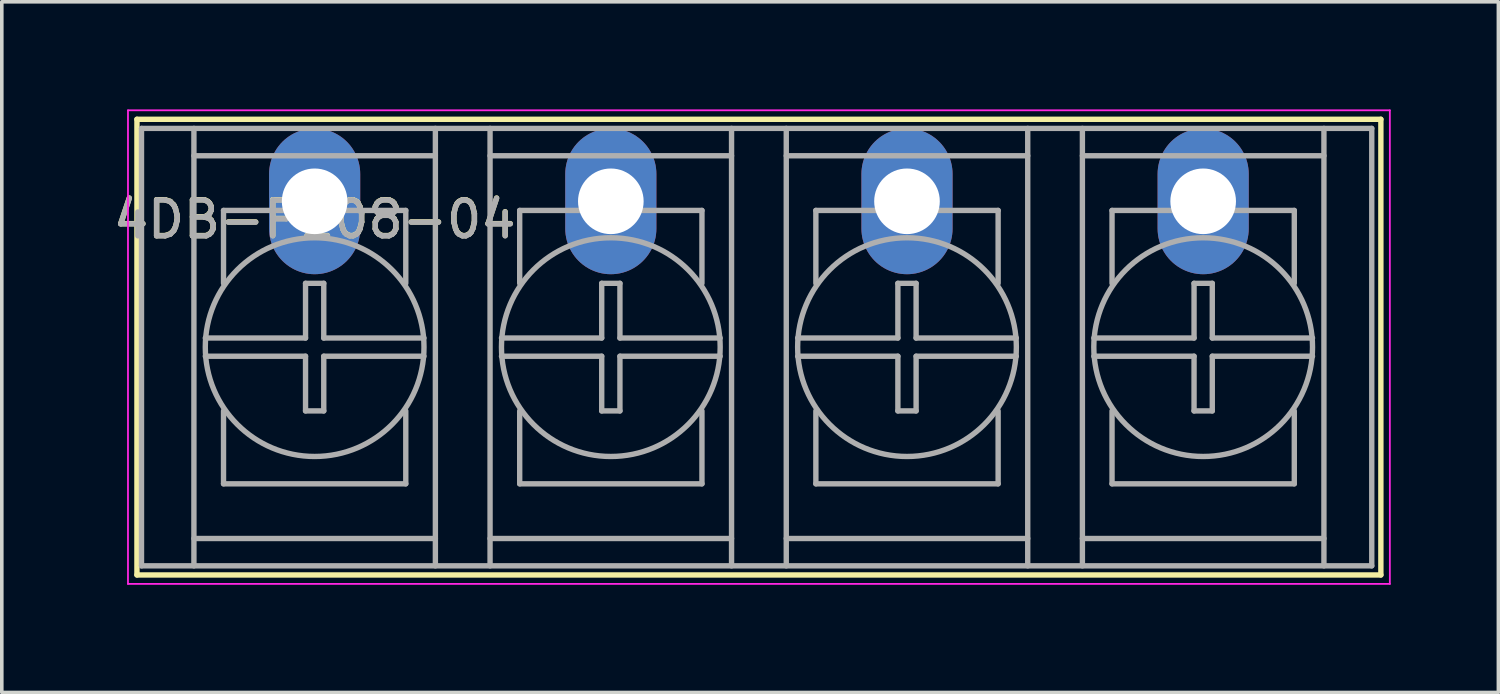
<source format=kicad_pcb>
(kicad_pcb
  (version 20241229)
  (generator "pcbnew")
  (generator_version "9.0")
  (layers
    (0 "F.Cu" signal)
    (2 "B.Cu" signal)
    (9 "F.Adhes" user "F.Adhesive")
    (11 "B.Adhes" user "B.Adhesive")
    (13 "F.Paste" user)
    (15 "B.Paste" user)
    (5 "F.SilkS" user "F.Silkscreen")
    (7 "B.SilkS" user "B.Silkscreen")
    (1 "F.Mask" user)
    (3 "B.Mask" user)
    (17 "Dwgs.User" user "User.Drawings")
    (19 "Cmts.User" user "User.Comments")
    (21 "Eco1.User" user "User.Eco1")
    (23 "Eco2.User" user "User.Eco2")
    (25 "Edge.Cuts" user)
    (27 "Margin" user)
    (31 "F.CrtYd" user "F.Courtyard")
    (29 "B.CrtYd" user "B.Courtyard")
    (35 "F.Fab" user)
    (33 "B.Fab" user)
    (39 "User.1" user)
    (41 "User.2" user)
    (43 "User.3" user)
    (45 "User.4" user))
  (footprint "4DB-P108-04"
    (layer "F.Cu")
    (at 5.72 2.561)
    (property "Reference" "4DB-P108-04" (at 0 0.5 0) (layer "F.SilkS") (effects (font (size 1 1) (thickness 0.15))))
    (attr through_hole)
    (fp_line (start -4.953 -2.286) (end -4.953 10.414) (stroke (width 0.15) (type solid)) (layer "F.SilkS"))
    (fp_line (start -4.953 -2.286) (end 29.718 -2.286) (stroke (width 0.15) (type solid)) (layer "F.SilkS"))
    (fp_line (start -4.953 10.414) (end 29.718 10.414) (stroke (width 0.15) (type solid)) (layer "F.SilkS"))
    (fp_line (start 29.718 -2.286) (end 29.718 10.414) (stroke (width 0.15) (type solid)) (layer "F.SilkS"))
    (fp_line (start -5.203 -2.536) (end 29.968 -2.536) (stroke (width 0.05) (type solid)) (layer "F.CrtYd"))
    (fp_line (start -5.203 10.664) (end -5.203 -2.536) (stroke (width 0.05) (type solid)) (layer "F.CrtYd"))
    (fp_line (start 29.968 -2.536) (end 29.968 10.664) (stroke (width 0.05) (type solid)) (layer "F.CrtYd"))
    (fp_line (start 29.968 10.664) (end -5.203 10.664) (stroke (width 0.05) (type solid)) (layer "F.CrtYd"))
    (fp_line (start -4.826 -2.032) (end -4.826 10.16) (stroke (width 0.15) (type solid)) (layer "F.Fab"))
    (fp_line (start -4.826 10.16) (end 29.464 10.16) (stroke (width 0.15) (type solid)) (layer "F.Fab"))
    (fp_line (start -3.365 -2.032) (end -3.365 10.16) (stroke (width 0.15) (type solid)) (layer "F.Fab"))
    (fp_line (start -3.365 -1.27) (end 3.365 -1.27) (stroke (width 0.15) (type solid)) (layer "F.Fab"))
    (fp_line (start -3.365 9.398) (end 3.365 9.398) (stroke (width 0.15) (type solid)) (layer "F.Fab"))
    (fp_line (start -3.048 3.81) (end -0.254 3.81) (stroke (width 0.15) (type solid)) (layer "F.Fab"))
    (fp_line (start -3.048 4.318) (end -0.254 4.318) (stroke (width 0.15) (type solid)) (layer "F.Fab"))
    (fp_line (start -2.54 0.254) (end -2.54 2.286) (stroke (width 0.15) (type solid)) (layer "F.Fab"))
    (fp_line (start -2.54 0.254) (end 2.54 0.254) (stroke (width 0.15) (type solid)) (layer "F.Fab"))
    (fp_line (start -2.54 7.874) (end -2.54 5.842) (stroke (width 0.15) (type solid)) (layer "F.Fab"))
    (fp_line (start -2.54 7.874) (end 2.54 7.874) (stroke (width 0.15) (type solid)) (layer "F.Fab"))
    (fp_line (start -0.254 2.286) (end 0.254 2.286) (stroke (width 0.15) (type solid)) (layer "F.Fab"))
    (fp_line (start -0.254 3.81) (end -0.254 2.286) (stroke (width 0.15) (type solid)) (layer "F.Fab"))
    (fp_line (start -0.254 4.318) (end -0.254 5.842) (stroke (width 0.15) (type solid)) (layer "F.Fab"))
    (fp_line (start -0.254 5.842) (end 0.254 5.842) (stroke (width 0.15) (type solid)) (layer "F.Fab"))
    (fp_line (start 0.254 2.286) (end 0.254 3.81) (stroke (width 0.15) (type solid)) (layer "F.Fab"))
    (fp_line (start 0.254 3.81) (end 3.048 3.81) (stroke (width 0.15) (type solid)) (layer "F.Fab"))
    (fp_line (start 0.254 4.318) (end 3.048 4.318) (stroke (width 0.15) (type solid)) (layer "F.Fab"))
    (fp_line (start 0.254 5.842) (end 0.254 4.318) (stroke (width 0.15) (type solid)) (layer "F.Fab"))
    (fp_line (start 2.54 0.254) (end 2.54 2.286) (stroke (width 0.15) (type solid)) (layer "F.Fab"))
    (fp_line (start 2.54 7.874) (end 2.54 5.842) (stroke (width 0.15) (type solid)) (layer "F.Fab"))
    (fp_line (start 3.365 -2.032) (end 3.365 10.16) (stroke (width 0.15) (type solid)) (layer "F.Fab"))
    (fp_line (start 4.889 -2.032) (end 4.889 10.16) (stroke (width 0.15) (type solid)) (layer "F.Fab"))
    (fp_line (start 4.889 -1.27) (end 11.62 -1.27) (stroke (width 0.15) (type solid)) (layer "F.Fab"))
    (fp_line (start 4.889 9.398) (end 11.62 9.398) (stroke (width 0.15) (type solid)) (layer "F.Fab"))
    (fp_line (start 5.207 3.81) (end 8.001 3.81) (stroke (width 0.15) (type solid)) (layer "F.Fab"))
    (fp_line (start 5.207 4.318) (end 8.001 4.318) (stroke (width 0.15) (type solid)) (layer "F.Fab"))
    (fp_line (start 5.715 0.254) (end 5.715 2.286) (stroke (width 0.15) (type solid)) (layer "F.Fab"))
    (fp_line (start 5.715 0.254) (end 10.795 0.254) (stroke (width 0.15) (type solid)) (layer "F.Fab"))
    (fp_line (start 5.715 7.874) (end 5.715 5.842) (stroke (width 0.15) (type solid)) (layer "F.Fab"))
    (fp_line (start 5.715 7.874) (end 10.795 7.874) (stroke (width 0.15) (type solid)) (layer "F.Fab"))
    (fp_line (start 8.001 2.286) (end 8.509 2.286) (stroke (width 0.15) (type solid)) (layer "F.Fab"))
    (fp_line (start 8.001 3.81) (end 8.001 2.286) (stroke (width 0.15) (type solid)) (layer "F.Fab"))
    (fp_line (start 8.001 4.318) (end 8.001 5.842) (stroke (width 0.15) (type solid)) (layer "F.Fab"))
    (fp_line (start 8.001 5.842) (end 8.509 5.842) (stroke (width 0.15) (type solid)) (layer "F.Fab"))
    (fp_line (start 8.509 2.286) (end 8.509 3.81) (stroke (width 0.15) (type solid)) (layer "F.Fab"))
    (fp_line (start 8.509 3.81) (end 11.303 3.81) (stroke (width 0.15) (type solid)) (layer "F.Fab"))
    (fp_line (start 8.509 4.318) (end 11.303 4.318) (stroke (width 0.15) (type solid)) (layer "F.Fab"))
    (fp_line (start 8.509 5.842) (end 8.509 4.318) (stroke (width 0.15) (type solid)) (layer "F.Fab"))
    (fp_line (start 10.795 0.254) (end 10.795 2.286) (stroke (width 0.15) (type solid)) (layer "F.Fab"))
    (fp_line (start 10.795 7.874) (end 10.795 5.842) (stroke (width 0.15) (type solid)) (layer "F.Fab"))
    (fp_line (start 11.62 -2.032) (end 11.62 10.16) (stroke (width 0.15) (type solid)) (layer "F.Fab"))
    (fp_line (start 13.145 -2.032) (end 13.145 10.16) (stroke (width 0.15) (type solid)) (layer "F.Fab"))
    (fp_line (start 13.145 -1.27) (end 19.875 -1.27) (stroke (width 0.15) (type solid)) (layer "F.Fab"))
    (fp_line (start 13.145 9.398) (end 19.875 9.398) (stroke (width 0.15) (type solid)) (layer "F.Fab"))
    (fp_line (start 13.462 3.81) (end 16.256 3.81) (stroke (width 0.15) (type solid)) (layer "F.Fab"))
    (fp_line (start 13.462 4.318) (end 16.256 4.318) (stroke (width 0.15) (type solid)) (layer "F.Fab"))
    (fp_line (start 13.97 0.254) (end 13.97 2.286) (stroke (width 0.15) (type solid)) (layer "F.Fab"))
    (fp_line (start 13.97 0.254) (end 19.05 0.254) (stroke (width 0.15) (type solid)) (layer "F.Fab"))
    (fp_line (start 13.97 7.874) (end 13.97 5.842) (stroke (width 0.15) (type solid)) (layer "F.Fab"))
    (fp_line (start 13.97 7.874) (end 19.05 7.874) (stroke (width 0.15) (type solid)) (layer "F.Fab"))
    (fp_line (start 16.256 2.286) (end 16.764 2.286) (stroke (width 0.15) (type solid)) (layer "F.Fab"))
    (fp_line (start 16.256 3.81) (end 16.256 2.286) (stroke (width 0.15) (type solid)) (layer "F.Fab"))
    (fp_line (start 16.256 4.318) (end 16.256 5.842) (stroke (width 0.15) (type solid)) (layer "F.Fab"))
    (fp_line (start 16.256 5.842) (end 16.764 5.842) (stroke (width 0.15) (type solid)) (layer "F.Fab"))
    (fp_line (start 16.764 2.286) (end 16.764 3.81) (stroke (width 0.15) (type solid)) (layer "F.Fab"))
    (fp_line (start 16.764 3.81) (end 19.558 3.81) (stroke (width 0.15) (type solid)) (layer "F.Fab"))
    (fp_line (start 16.764 4.318) (end 19.558 4.318) (stroke (width 0.15) (type solid)) (layer "F.Fab"))
    (fp_line (start 16.764 5.842) (end 16.764 4.318) (stroke (width 0.15) (type solid)) (layer "F.Fab"))
    (fp_line (start 19.05 0.254) (end 19.05 2.286) (stroke (width 0.15) (type solid)) (layer "F.Fab"))
    (fp_line (start 19.05 7.874) (end 19.05 5.842) (stroke (width 0.15) (type solid)) (layer "F.Fab"))
    (fp_line (start 19.875 -2.032) (end 19.875 10.16) (stroke (width 0.15) (type solid)) (layer "F.Fab"))
    (fp_line (start 21.399 -2.032) (end 21.399 10.16) (stroke (width 0.15) (type solid)) (layer "F.Fab"))
    (fp_line (start 21.399 -1.27) (end 28.131 -1.27) (stroke (width 0.15) (type solid)) (layer "F.Fab"))
    (fp_line (start 21.399 9.398) (end 28.131 9.398) (stroke (width 0.15) (type solid)) (layer "F.Fab"))
    (fp_line (start 21.717 3.81) (end 24.511 3.81) (stroke (width 0.15) (type solid)) (layer "F.Fab"))
    (fp_line (start 21.717 4.318) (end 24.511 4.318) (stroke (width 0.15) (type solid)) (layer "F.Fab"))
    (fp_line (start 22.225 0.254) (end 22.225 2.286) (stroke (width 0.15) (type solid)) (layer "F.Fab"))
    (fp_line (start 22.225 0.254) (end 27.305 0.254) (stroke (width 0.15) (type solid)) (layer "F.Fab"))
    (fp_line (start 22.225 7.874) (end 22.225 5.842) (stroke (width 0.15) (type solid)) (layer "F.Fab"))
    (fp_line (start 22.225 7.874) (end 27.305 7.874) (stroke (width 0.15) (type solid)) (layer "F.Fab"))
    (fp_line (start 24.511 2.286) (end 25.019 2.286) (stroke (width 0.15) (type solid)) (layer "F.Fab"))
    (fp_line (start 24.511 3.81) (end 24.511 2.286) (stroke (width 0.15) (type solid)) (layer "F.Fab"))
    (fp_line (start 24.511 4.318) (end 24.511 5.842) (stroke (width 0.15) (type solid)) (layer "F.Fab"))
    (fp_line (start 24.511 5.842) (end 25.019 5.842) (stroke (width 0.15) (type solid)) (layer "F.Fab"))
    (fp_line (start 25.019 2.286) (end 25.019 3.81) (stroke (width 0.15) (type solid)) (layer "F.Fab"))
    (fp_line (start 25.019 3.81) (end 27.813 3.81) (stroke (width 0.15) (type solid)) (layer "F.Fab"))
    (fp_line (start 25.019 4.318) (end 27.813 4.318) (stroke (width 0.15) (type solid)) (layer "F.Fab"))
    (fp_line (start 25.019 5.842) (end 25.019 4.318) (stroke (width 0.15) (type solid)) (layer "F.Fab"))
    (fp_line (start 27.305 0.254) (end 27.305 2.286) (stroke (width 0.15) (type solid)) (layer "F.Fab"))
    (fp_line (start 27.305 7.874) (end 27.305 5.842) (stroke (width 0.15) (type solid)) (layer "F.Fab"))
    (fp_line (start 28.131 -2.032) (end 28.131 10.16) (stroke (width 0.15) (type solid)) (layer "F.Fab"))
    (fp_line (start 29.464 -2.032) (end -4.826 -2.032) (stroke (width 0.15) (type solid)) (layer "F.Fab"))
    (fp_line (start 29.464 10.16) (end 29.464 -2.032) (stroke (width 0.15) (type solid)) (layer "F.Fab"))
    (fp_circle (center 0 4.064) (end 3.048 4.064) (stroke (width 0.15) (type solid)) (fill no) (layer "F.Fab"))
    (fp_circle (center 8.255 4.064) (end 11.303 4.064) (stroke (width 0.15) (type solid)) (fill no) (layer "F.Fab"))
    (fp_circle (center 16.51 4.064) (end 19.558 4.064) (stroke (width 0.15) (type solid)) (fill no) (layer "F.Fab"))
    (fp_circle (center 24.765 4.064) (end 27.813 4.064) (stroke (width 0.15) (type solid)) (fill no) (layer "F.Fab"))
    (fp_text user "${REFERENCE}" (at 0 0.508 0) (layer "F.Fab") (effects (font (size 1 1) (thickness 0.15))))
    (pad "1" thru_hole oval (at 0 0) (size 2.54 4.064) (drill 1.829) (layers "*.Cu" "*.Mask"))
    (pad "2" thru_hole oval (at 8.255 0) (size 2.54 4.064) (drill 1.829) (layers "*.Cu" "*.Mask"))
    (pad "3" thru_hole oval (at 16.51 0) (size 2.54 4.064) (drill 1.829) (layers "*.Cu" "*.Mask"))
    (pad "4" thru_hole oval (at 24.765 0) (size 2.54 4.064) (drill 1.829) (layers "*.Cu" "*.Mask")))
  (gr_rect
    (start -3 -3)
    (end 38.713 16.25)
    (stroke (width 0.1) (type default))
    (fill no)
    (layer "Edge.Cuts")))
</source>
